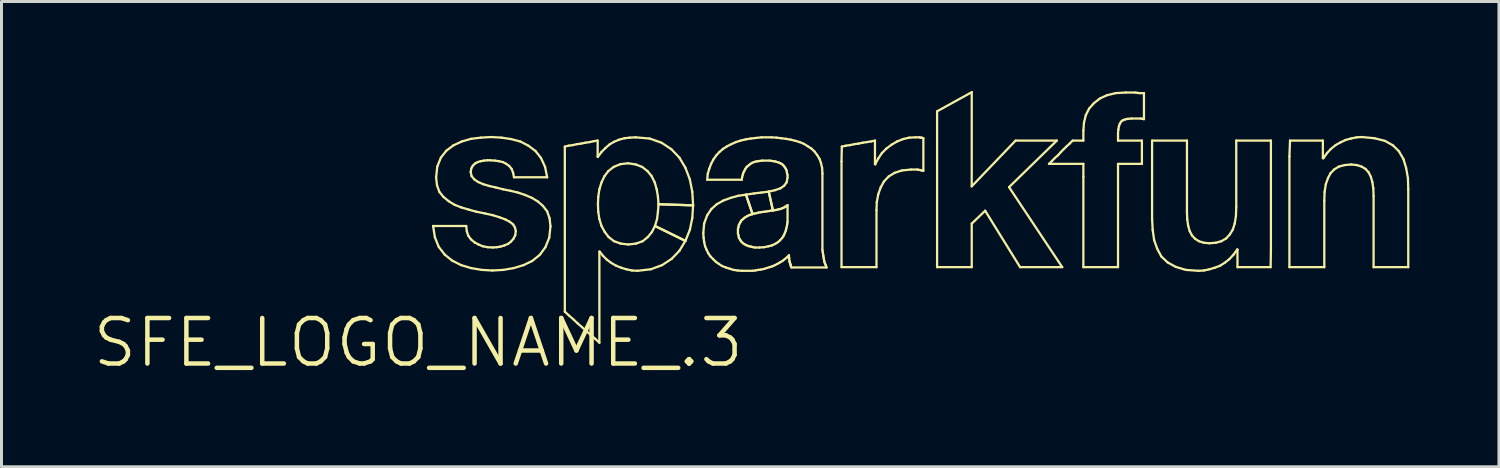
<source format=kicad_pcb>
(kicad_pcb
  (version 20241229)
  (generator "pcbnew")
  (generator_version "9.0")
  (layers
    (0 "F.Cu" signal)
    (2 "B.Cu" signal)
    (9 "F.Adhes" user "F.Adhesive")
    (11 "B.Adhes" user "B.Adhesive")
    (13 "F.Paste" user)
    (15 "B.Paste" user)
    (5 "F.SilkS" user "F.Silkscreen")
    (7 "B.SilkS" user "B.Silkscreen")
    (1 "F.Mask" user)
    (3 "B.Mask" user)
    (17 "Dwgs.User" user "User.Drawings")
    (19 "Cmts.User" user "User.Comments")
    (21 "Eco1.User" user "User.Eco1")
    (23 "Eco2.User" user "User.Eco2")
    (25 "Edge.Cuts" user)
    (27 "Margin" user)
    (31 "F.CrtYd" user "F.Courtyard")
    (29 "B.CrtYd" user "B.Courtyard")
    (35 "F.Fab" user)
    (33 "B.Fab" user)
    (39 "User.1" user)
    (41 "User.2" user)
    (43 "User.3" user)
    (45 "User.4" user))
  (footprint "SFE_LOGO_NAME_.3"
    (layer "F.Cu")
    (at 10.958 8.428)
    (property "Reference" "SFE_LOGO_NAME_.3" (at 0 0 0) (layer "F.SilkS") (effects (font (size 1.524 1.524) (thickness 0.15))))
    (attr exclude_from_pos_files exclude_from_bom)
    (fp_line (start 0.498 -3.909) (end 1.468 -3.909) (stroke (width 0.076) (type solid)) (layer "F.SilkS"))
    (fp_line (start 0.559 -3.528) (end 0.498 -3.909) (stroke (width 0.076) (type solid)) (layer "F.SilkS"))
    (fp_line (start 0.599 -5.53) (end 0.638 -5.898) (stroke (width 0.076) (type solid)) (layer "F.SilkS"))
    (fp_line (start 0.63 -5.268) (end 0.599 -5.53) (stroke (width 0.076) (type solid)) (layer "F.SilkS"))
    (fp_line (start 0.638 -5.898) (end 0.759 -6.198) (stroke (width 0.076) (type solid)) (layer "F.SilkS"))
    (fp_line (start 0.688 -3.208) (end 0.559 -3.528) (stroke (width 0.076) (type solid)) (layer "F.SilkS"))
    (fp_line (start 0.709 -5.05) (end 0.63 -5.268) (stroke (width 0.076) (type solid)) (layer "F.SilkS"))
    (fp_line (start 0.759 -6.198) (end 0.94 -6.429) (stroke (width 0.076) (type solid)) (layer "F.SilkS"))
    (fp_line (start 0.848 -4.879) (end 0.709 -5.05) (stroke (width 0.076) (type solid)) (layer "F.SilkS"))
    (fp_line (start 0.889 -2.949) (end 0.688 -3.208) (stroke (width 0.076) (type solid)) (layer "F.SilkS"))
    (fp_line (start 0.94 -6.429) (end 1.179 -6.609) (stroke (width 0.076) (type solid)) (layer "F.SilkS"))
    (fp_line (start 1.019 -4.74) (end 0.848 -4.879) (stroke (width 0.076) (type solid)) (layer "F.SilkS"))
    (fp_line (start 1.138 -2.748) (end 0.889 -2.949) (stroke (width 0.076) (type solid)) (layer "F.SilkS"))
    (fp_line (start 1.179 -6.609) (end 1.458 -6.739) (stroke (width 0.076) (type solid)) (layer "F.SilkS"))
    (fp_line (start 1.219 -4.618) (end 1.019 -4.74) (stroke (width 0.076) (type solid)) (layer "F.SilkS"))
    (fp_line (start 1.438 -2.598) (end 1.138 -2.748) (stroke (width 0.076) (type solid)) (layer "F.SilkS"))
    (fp_line (start 1.448 -4.529) (end 1.219 -4.618) (stroke (width 0.076) (type solid)) (layer "F.SilkS"))
    (fp_line (start 1.458 -6.739) (end 1.768 -6.828) (stroke (width 0.076) (type solid)) (layer "F.SilkS"))
    (fp_line (start 1.468 -3.909) (end 1.608 -3.909) (stroke (width 0.076) (type solid)) (layer "F.SilkS"))
    (fp_line (start 1.608 -3.909) (end 1.628 -3.729) (stroke (width 0.076) (type solid)) (layer "F.SilkS"))
    (fp_line (start 1.628 -3.729) (end 1.679 -3.579) (stroke (width 0.076) (type solid)) (layer "F.SilkS"))
    (fp_line (start 1.679 -3.579) (end 1.768 -3.459) (stroke (width 0.076) (type solid)) (layer "F.SilkS"))
    (fp_line (start 1.689 -4.458) (end 1.448 -4.529) (stroke (width 0.076) (type solid)) (layer "F.SilkS"))
    (fp_line (start 1.758 -5.718) (end 1.788 -5.578) (stroke (width 0.076) (type solid)) (layer "F.SilkS"))
    (fp_line (start 1.768 -6.828) (end 2.098 -6.868) (stroke (width 0.076) (type solid)) (layer "F.SilkS"))
    (fp_line (start 1.768 -3.459) (end 1.89 -3.358) (stroke (width 0.076) (type solid)) (layer "F.SilkS"))
    (fp_line (start 1.768 -2.499) (end 1.438 -2.598) (stroke (width 0.076) (type solid)) (layer "F.SilkS"))
    (fp_line (start 1.778 -5.839) (end 1.758 -5.718) (stroke (width 0.076) (type solid)) (layer "F.SilkS"))
    (fp_line (start 1.788 -5.578) (end 1.88 -5.469) (stroke (width 0.076) (type solid)) (layer "F.SilkS"))
    (fp_line (start 1.829 -5.928) (end 1.778 -5.839) (stroke (width 0.076) (type solid)) (layer "F.SilkS"))
    (fp_line (start 1.88 -5.469) (end 2.009 -5.38) (stroke (width 0.076) (type solid)) (layer "F.SilkS"))
    (fp_line (start 1.89 -3.358) (end 2.019 -3.289) (stroke (width 0.076) (type solid)) (layer "F.SilkS"))
    (fp_line (start 1.9 -5.999) (end 1.829 -5.928) (stroke (width 0.076) (type solid)) (layer "F.SilkS"))
    (fp_line (start 1.938 -4.389) (end 1.689 -4.458) (stroke (width 0.076) (type solid)) (layer "F.SilkS"))
    (fp_line (start 1.989 -6.048) (end 1.9 -5.999) (stroke (width 0.076) (type solid)) (layer "F.SilkS"))
    (fp_line (start 2.009 -5.38) (end 2.179 -5.309) (stroke (width 0.076) (type solid)) (layer "F.SilkS"))
    (fp_line (start 2.019 -3.289) (end 2.169 -3.228) (stroke (width 0.076) (type solid)) (layer "F.SilkS"))
    (fp_line (start 2.088 -6.078) (end 1.989 -6.048) (stroke (width 0.076) (type solid)) (layer "F.SilkS"))
    (fp_line (start 2.098 -6.868) (end 2.438 -6.888) (stroke (width 0.076) (type solid)) (layer "F.SilkS"))
    (fp_line (start 2.129 -2.438) (end 1.768 -2.499) (stroke (width 0.076) (type solid)) (layer "F.SilkS"))
    (fp_line (start 2.169 -3.228) (end 2.329 -3.198) (stroke (width 0.076) (type solid)) (layer "F.SilkS"))
    (fp_line (start 2.179 -5.309) (end 2.38 -5.248) (stroke (width 0.076) (type solid)) (layer "F.SilkS"))
    (fp_line (start 2.2 -6.099) (end 2.088 -6.078) (stroke (width 0.076) (type solid)) (layer "F.SilkS"))
    (fp_line (start 2.238 -4.328) (end 1.938 -4.389) (stroke (width 0.076) (type solid)) (layer "F.SilkS"))
    (fp_line (start 2.309 -6.109) (end 2.2 -6.099) (stroke (width 0.076) (type solid)) (layer "F.SilkS"))
    (fp_line (start 2.329 -3.198) (end 2.499 -3.188) (stroke (width 0.076) (type solid)) (layer "F.SilkS"))
    (fp_line (start 2.38 -5.248) (end 2.598 -5.199) (stroke (width 0.076) (type solid)) (layer "F.SilkS"))
    (fp_line (start 2.408 -6.109) (end 2.309 -6.109) (stroke (width 0.076) (type solid)) (layer "F.SilkS"))
    (fp_line (start 2.438 -6.888) (end 2.789 -6.868) (stroke (width 0.076) (type solid)) (layer "F.SilkS"))
    (fp_line (start 2.489 -2.418) (end 2.129 -2.438) (stroke (width 0.076) (type solid)) (layer "F.SilkS"))
    (fp_line (start 2.499 -4.27) (end 2.238 -4.328) (stroke (width 0.076) (type solid)) (layer "F.SilkS"))
    (fp_line (start 2.499 -3.188) (end 2.629 -3.198) (stroke (width 0.076) (type solid)) (layer "F.SilkS"))
    (fp_line (start 2.568 -6.099) (end 2.408 -6.109) (stroke (width 0.076) (type solid)) (layer "F.SilkS"))
    (fp_line (start 2.598 -5.199) (end 2.84 -5.138) (stroke (width 0.076) (type solid)) (layer "F.SilkS"))
    (fp_line (start 2.629 -3.198) (end 2.758 -3.218) (stroke (width 0.076) (type solid)) (layer "F.SilkS"))
    (fp_line (start 2.708 -6.078) (end 2.568 -6.099) (stroke (width 0.076) (type solid)) (layer "F.SilkS"))
    (fp_line (start 2.728 -4.199) (end 2.499 -4.27) (stroke (width 0.076) (type solid)) (layer "F.SilkS"))
    (fp_line (start 2.758 -3.218) (end 2.888 -3.259) (stroke (width 0.076) (type solid)) (layer "F.SilkS"))
    (fp_line (start 2.789 -6.868) (end 3.109 -6.82) (stroke (width 0.076) (type solid)) (layer "F.SilkS"))
    (fp_line (start 2.84 -6.048) (end 2.708 -6.078) (stroke (width 0.076) (type solid)) (layer "F.SilkS"))
    (fp_line (start 2.84 -5.138) (end 3.089 -5.088) (stroke (width 0.076) (type solid)) (layer "F.SilkS"))
    (fp_line (start 2.85 -2.438) (end 2.489 -2.418) (stroke (width 0.076) (type solid)) (layer "F.SilkS"))
    (fp_line (start 2.888 -3.259) (end 3.01 -3.31) (stroke (width 0.076) (type solid)) (layer "F.SilkS"))
    (fp_line (start 2.918 -4.128) (end 2.728 -4.199) (stroke (width 0.076) (type solid)) (layer "F.SilkS"))
    (fp_line (start 2.949 -5.989) (end 2.84 -6.048) (stroke (width 0.076) (type solid)) (layer "F.SilkS"))
    (fp_line (start 3.01 -3.31) (end 3.109 -3.388) (stroke (width 0.076) (type solid)) (layer "F.SilkS"))
    (fp_line (start 3.048 -5.918) (end 2.949 -5.989) (stroke (width 0.076) (type solid)) (layer "F.SilkS"))
    (fp_line (start 3.068 -4.049) (end 2.918 -4.128) (stroke (width 0.076) (type solid)) (layer "F.SilkS"))
    (fp_line (start 3.089 -5.088) (end 3.338 -5.029) (stroke (width 0.076) (type solid)) (layer "F.SilkS"))
    (fp_line (start 3.109 -6.82) (end 3.419 -6.739) (stroke (width 0.076) (type solid)) (layer "F.SilkS"))
    (fp_line (start 3.109 -3.388) (end 3.188 -3.48) (stroke (width 0.076) (type solid)) (layer "F.SilkS"))
    (fp_line (start 3.129 -5.819) (end 3.048 -5.918) (stroke (width 0.076) (type solid)) (layer "F.SilkS"))
    (fp_line (start 3.178 -5.69) (end 3.129 -5.819) (stroke (width 0.076) (type solid)) (layer "F.SilkS"))
    (fp_line (start 3.178 -3.96) (end 3.068 -4.049) (stroke (width 0.076) (type solid)) (layer "F.SilkS"))
    (fp_line (start 3.188 -3.48) (end 3.249 -3.599) (stroke (width 0.076) (type solid)) (layer "F.SilkS"))
    (fp_line (start 3.198 -2.499) (end 2.85 -2.438) (stroke (width 0.076) (type solid)) (layer "F.SilkS"))
    (fp_line (start 3.208 -5.54) (end 3.178 -5.69) (stroke (width 0.076) (type solid)) (layer "F.SilkS"))
    (fp_line (start 3.239 -3.858) (end 3.178 -3.96) (stroke (width 0.076) (type solid)) (layer "F.SilkS"))
    (fp_line (start 3.249 -3.599) (end 3.269 -3.739) (stroke (width 0.076) (type solid)) (layer "F.SilkS"))
    (fp_line (start 3.269 -3.739) (end 3.239 -3.858) (stroke (width 0.076) (type solid)) (layer "F.SilkS"))
    (fp_line (start 3.338 -5.029) (end 3.579 -4.948) (stroke (width 0.076) (type solid)) (layer "F.SilkS"))
    (fp_line (start 3.419 -6.739) (end 3.688 -6.599) (stroke (width 0.076) (type solid)) (layer "F.SilkS"))
    (fp_line (start 3.528 -2.598) (end 3.198 -2.499) (stroke (width 0.076) (type solid)) (layer "F.SilkS"))
    (fp_line (start 3.579 -4.948) (end 3.81 -4.849) (stroke (width 0.076) (type solid)) (layer "F.SilkS"))
    (fp_line (start 3.688 -6.599) (end 3.929 -6.419) (stroke (width 0.076) (type solid)) (layer "F.SilkS"))
    (fp_line (start 3.81 -4.849) (end 4.008 -4.729) (stroke (width 0.076) (type solid)) (layer "F.SilkS"))
    (fp_line (start 3.818 -2.738) (end 3.528 -2.598) (stroke (width 0.076) (type solid)) (layer "F.SilkS"))
    (fp_line (start 3.929 -6.419) (end 4.11 -6.19) (stroke (width 0.076) (type solid)) (layer "F.SilkS"))
    (fp_line (start 4.008 -4.729) (end 4.178 -4.58) (stroke (width 0.076) (type solid)) (layer "F.SilkS"))
    (fp_line (start 4.069 -2.939) (end 3.818 -2.738) (stroke (width 0.076) (type solid)) (layer "F.SilkS"))
    (fp_line (start 4.11 -6.19) (end 4.249 -5.888) (stroke (width 0.076) (type solid)) (layer "F.SilkS"))
    (fp_line (start 4.178 -4.58) (end 4.318 -4.399) (stroke (width 0.076) (type solid)) (layer "F.SilkS"))
    (fp_line (start 4.249 -5.888) (end 4.318 -5.54) (stroke (width 0.076) (type solid)) (layer "F.SilkS"))
    (fp_line (start 4.26 -3.198) (end 4.069 -2.939) (stroke (width 0.076) (type solid)) (layer "F.SilkS"))
    (fp_line (start 4.318 -5.54) (end 3.208 -5.54) (stroke (width 0.076) (type solid)) (layer "F.SilkS"))
    (fp_line (start 4.318 -4.399) (end 4.399 -4.168) (stroke (width 0.076) (type solid)) (layer "F.SilkS"))
    (fp_line (start 4.389 -3.518) (end 4.26 -3.198) (stroke (width 0.076) (type solid)) (layer "F.SilkS"))
    (fp_line (start 4.399 -4.168) (end 4.43 -3.899) (stroke (width 0.076) (type solid)) (layer "F.SilkS"))
    (fp_line (start 4.43 -3.899) (end 4.389 -3.518) (stroke (width 0.076) (type solid)) (layer "F.SilkS"))
    (fp_line (start 4.91 -6.568) (end 5.039 -6.599) (stroke (width 0.076) (type solid)) (layer "F.SilkS"))
    (fp_line (start 4.91 -1.039) (end 4.91 -6.568) (stroke (width 0.076) (type solid)) (layer "F.SilkS"))
    (fp_line (start 5.039 -6.599) (end 5.179 -6.619) (stroke (width 0.076) (type solid)) (layer "F.SilkS"))
    (fp_line (start 5.05 -0.909) (end 4.91 -1.039) (stroke (width 0.076) (type solid)) (layer "F.SilkS"))
    (fp_line (start 5.179 -6.619) (end 5.319 -6.65) (stroke (width 0.076) (type solid)) (layer "F.SilkS"))
    (fp_line (start 5.199 -0.78) (end 5.05 -0.909) (stroke (width 0.076) (type solid)) (layer "F.SilkS"))
    (fp_line (start 5.319 -6.65) (end 5.458 -6.668) (stroke (width 0.076) (type solid)) (layer "F.SilkS"))
    (fp_line (start 5.339 -0.648) (end 5.199 -0.78) (stroke (width 0.076) (type solid)) (layer "F.SilkS"))
    (fp_line (start 5.458 -6.668) (end 5.598 -6.698) (stroke (width 0.076) (type solid)) (layer "F.SilkS"))
    (fp_line (start 5.489 -0.518) (end 5.339 -0.648) (stroke (width 0.076) (type solid)) (layer "F.SilkS"))
    (fp_line (start 5.598 -6.698) (end 5.738 -6.718) (stroke (width 0.076) (type solid)) (layer "F.SilkS"))
    (fp_line (start 5.629 -0.389) (end 5.489 -0.518) (stroke (width 0.076) (type solid)) (layer "F.SilkS"))
    (fp_line (start 5.738 -6.718) (end 5.878 -6.749) (stroke (width 0.076) (type solid)) (layer "F.SilkS"))
    (fp_line (start 5.779 -0.259) (end 5.629 -0.389) (stroke (width 0.076) (type solid)) (layer "F.SilkS"))
    (fp_line (start 5.878 -6.749) (end 6.01 -6.769) (stroke (width 0.076) (type solid)) (layer "F.SilkS"))
    (fp_line (start 5.928 -0.13) (end 5.779 -0.259) (stroke (width 0.076) (type solid)) (layer "F.SilkS"))
    (fp_line (start 6.01 -6.769) (end 6.01 -6.228) (stroke (width 0.076) (type solid)) (layer "F.SilkS"))
    (fp_line (start 6.01 -6.228) (end 6.02 -6.228) (stroke (width 0.076) (type solid)) (layer "F.SilkS"))
    (fp_line (start 6.02 -6.228) (end 6.139 -6.388) (stroke (width 0.076) (type solid)) (layer "F.SilkS"))
    (fp_line (start 6.02 -4.638) (end 6.03 -4.379) (stroke (width 0.076) (type solid)) (layer "F.SilkS"))
    (fp_line (start 6.03 -4.889) (end 6.02 -4.638) (stroke (width 0.076) (type solid)) (layer "F.SilkS"))
    (fp_line (start 6.03 -4.379) (end 6.068 -4.138) (stroke (width 0.076) (type solid)) (layer "F.SilkS"))
    (fp_line (start 6.068 -5.138) (end 6.03 -4.889) (stroke (width 0.076) (type solid)) (layer "F.SilkS"))
    (fp_line (start 6.068 -4.138) (end 6.139 -3.909) (stroke (width 0.076) (type solid)) (layer "F.SilkS"))
    (fp_line (start 6.068 -3.048) (end 6.068 0) (stroke (width 0.076) (type solid)) (layer "F.SilkS"))
    (fp_line (start 6.068 0) (end 5.928 -0.13) (stroke (width 0.076) (type solid)) (layer "F.SilkS"))
    (fp_line (start 6.078 -3.048) (end 6.068 -3.048) (stroke (width 0.076) (type solid)) (layer "F.SilkS"))
    (fp_line (start 6.139 -6.388) (end 6.269 -6.518) (stroke (width 0.076) (type solid)) (layer "F.SilkS"))
    (fp_line (start 6.139 -5.37) (end 6.068 -5.138) (stroke (width 0.076) (type solid)) (layer "F.SilkS"))
    (fp_line (start 6.139 -3.909) (end 6.248 -3.708) (stroke (width 0.076) (type solid)) (layer "F.SilkS"))
    (fp_line (start 6.19 -2.908) (end 6.078 -3.048) (stroke (width 0.076) (type solid)) (layer "F.SilkS"))
    (fp_line (start 6.238 -5.578) (end 6.139 -5.37) (stroke (width 0.076) (type solid)) (layer "F.SilkS"))
    (fp_line (start 6.248 -3.708) (end 6.378 -3.538) (stroke (width 0.076) (type solid)) (layer "F.SilkS"))
    (fp_line (start 6.269 -6.518) (end 6.408 -6.64) (stroke (width 0.076) (type solid)) (layer "F.SilkS"))
    (fp_line (start 6.32 -2.779) (end 6.19 -2.908) (stroke (width 0.076) (type solid)) (layer "F.SilkS"))
    (fp_line (start 6.368 -5.748) (end 6.238 -5.578) (stroke (width 0.076) (type solid)) (layer "F.SilkS"))
    (fp_line (start 6.378 -3.538) (end 6.558 -3.399) (stroke (width 0.076) (type solid)) (layer "F.SilkS"))
    (fp_line (start 6.408 -6.64) (end 6.558 -6.728) (stroke (width 0.076) (type solid)) (layer "F.SilkS"))
    (fp_line (start 6.469 -2.67) (end 6.32 -2.779) (stroke (width 0.076) (type solid)) (layer "F.SilkS"))
    (fp_line (start 6.548 -5.888) (end 6.368 -5.748) (stroke (width 0.076) (type solid)) (layer "F.SilkS"))
    (fp_line (start 6.558 -6.728) (end 6.728 -6.8) (stroke (width 0.076) (type solid)) (layer "F.SilkS"))
    (fp_line (start 6.558 -3.399) (end 6.779 -3.32) (stroke (width 0.076) (type solid)) (layer "F.SilkS"))
    (fp_line (start 6.629 -2.578) (end 6.469 -2.67) (stroke (width 0.076) (type solid)) (layer "F.SilkS"))
    (fp_line (start 6.728 -6.8) (end 6.909 -6.848) (stroke (width 0.076) (type solid)) (layer "F.SilkS"))
    (fp_line (start 6.769 -5.979) (end 6.548 -5.888) (stroke (width 0.076) (type solid)) (layer "F.SilkS"))
    (fp_line (start 6.779 -3.32) (end 7.038 -3.289) (stroke (width 0.076) (type solid)) (layer "F.SilkS"))
    (fp_line (start 6.8 -2.51) (end 6.629 -2.578) (stroke (width 0.076) (type solid)) (layer "F.SilkS"))
    (fp_line (start 6.909 -6.848) (end 7.089 -6.868) (stroke (width 0.076) (type solid)) (layer "F.SilkS"))
    (fp_line (start 6.97 -2.459) (end 6.8 -2.51) (stroke (width 0.076) (type solid)) (layer "F.SilkS"))
    (fp_line (start 7.028 -6.01) (end 6.769 -5.979) (stroke (width 0.076) (type solid)) (layer "F.SilkS"))
    (fp_line (start 7.038 -3.289) (end 7.3 -3.32) (stroke (width 0.076) (type solid)) (layer "F.SilkS"))
    (fp_line (start 7.089 -6.868) (end 7.28 -6.878) (stroke (width 0.076) (type solid)) (layer "F.SilkS"))
    (fp_line (start 7.158 -2.418) (end 6.97 -2.459) (stroke (width 0.076) (type solid)) (layer "F.SilkS"))
    (fp_line (start 7.28 -6.878) (end 7.75 -6.838) (stroke (width 0.076) (type solid)) (layer "F.SilkS"))
    (fp_line (start 7.29 -5.969) (end 7.028 -6.01) (stroke (width 0.076) (type solid)) (layer "F.SilkS"))
    (fp_line (start 7.3 -3.32) (end 7.518 -3.399) (stroke (width 0.076) (type solid)) (layer "F.SilkS"))
    (fp_line (start 7.348 -2.408) (end 7.158 -2.418) (stroke (width 0.076) (type solid)) (layer "F.SilkS"))
    (fp_line (start 7.498 -5.888) (end 7.29 -5.969) (stroke (width 0.076) (type solid)) (layer "F.SilkS"))
    (fp_line (start 7.518 -3.399) (end 7.689 -3.538) (stroke (width 0.076) (type solid)) (layer "F.SilkS"))
    (fp_line (start 7.678 -5.748) (end 7.498 -5.888) (stroke (width 0.076) (type solid)) (layer "F.SilkS"))
    (fp_line (start 7.689 -3.538) (end 7.828 -3.708) (stroke (width 0.076) (type solid)) (layer "F.SilkS"))
    (fp_line (start 7.75 -6.838) (end 8.148 -6.698) (stroke (width 0.076) (type solid)) (layer "F.SilkS"))
    (fp_line (start 7.788 -2.459) (end 7.348 -2.408) (stroke (width 0.076) (type solid)) (layer "F.SilkS"))
    (fp_line (start 7.818 -5.578) (end 7.678 -5.748) (stroke (width 0.076) (type solid)) (layer "F.SilkS"))
    (fp_line (start 7.828 -3.708) (end 7.93 -3.909) (stroke (width 0.076) (type solid)) (layer "F.SilkS"))
    (fp_line (start 7.92 -5.37) (end 7.818 -5.578) (stroke (width 0.076) (type solid)) (layer "F.SilkS"))
    (fp_line (start 7.93 -3.909) (end 7.998 -4.138) (stroke (width 0.076) (type solid)) (layer "F.SilkS"))
    (fp_line (start 7.93 -3.909) (end 8.948 -3.409) (stroke (width 0.076) (type solid)) (layer "F.SilkS"))
    (fp_line (start 7.988 -5.138) (end 7.92 -5.37) (stroke (width 0.076) (type solid)) (layer "F.SilkS"))
    (fp_line (start 7.998 -4.138) (end 8.029 -4.379) (stroke (width 0.076) (type solid)) (layer "F.SilkS"))
    (fp_line (start 8.029 -4.889) (end 7.988 -5.138) (stroke (width 0.076) (type solid)) (layer "F.SilkS"))
    (fp_line (start 8.029 -4.379) (end 8.049 -4.638) (stroke (width 0.076) (type solid)) (layer "F.SilkS"))
    (fp_line (start 8.049 -4.638) (end 8.029 -4.889) (stroke (width 0.076) (type solid)) (layer "F.SilkS"))
    (fp_line (start 8.049 -4.638) (end 9.207 -4.6) (stroke (width 0.076) (type solid)) (layer "F.SilkS"))
    (fp_line (start 8.148 -6.698) (end 8.479 -6.48) (stroke (width 0.076) (type solid)) (layer "F.SilkS"))
    (fp_line (start 8.169 -2.598) (end 7.788 -2.459) (stroke (width 0.076) (type solid)) (layer "F.SilkS"))
    (fp_line (start 8.479 -6.48) (end 8.748 -6.198) (stroke (width 0.076) (type solid)) (layer "F.SilkS"))
    (fp_line (start 8.489 -2.809) (end 8.169 -2.598) (stroke (width 0.076) (type solid)) (layer "F.SilkS"))
    (fp_line (start 8.748 -6.198) (end 8.948 -5.86) (stroke (width 0.076) (type solid)) (layer "F.SilkS"))
    (fp_line (start 8.748 -3.078) (end 8.489 -2.809) (stroke (width 0.076) (type solid)) (layer "F.SilkS"))
    (fp_line (start 8.948 -5.86) (end 9.098 -5.469) (stroke (width 0.076) (type solid)) (layer "F.SilkS"))
    (fp_line (start 8.948 -3.409) (end 7.93 -3.909) (stroke (width 0.076) (type solid)) (layer "F.SilkS"))
    (fp_line (start 8.948 -3.409) (end 8.748 -3.078) (stroke (width 0.076) (type solid)) (layer "F.SilkS"))
    (fp_line (start 9.098 -5.469) (end 9.18 -5.05) (stroke (width 0.076) (type solid)) (layer "F.SilkS"))
    (fp_line (start 9.098 -3.78) (end 8.948 -3.409) (stroke (width 0.076) (type solid)) (layer "F.SilkS"))
    (fp_line (start 9.18 -5.05) (end 9.207 -4.6) (stroke (width 0.076) (type solid)) (layer "F.SilkS"))
    (fp_line (start 9.18 -4.178) (end 9.098 -3.78) (stroke (width 0.076) (type solid)) (layer "F.SilkS"))
    (fp_line (start 9.207 -4.6) (end 8.049 -4.638) (stroke (width 0.076) (type solid)) (layer "F.SilkS"))
    (fp_line (start 9.207 -4.6) (end 9.18 -4.178) (stroke (width 0.076) (type solid)) (layer "F.SilkS"))
    (fp_line (start 9.548 -3.668) (end 9.578 -3.998) (stroke (width 0.076) (type solid)) (layer "F.SilkS"))
    (fp_line (start 9.558 -3.518) (end 9.548 -3.668) (stroke (width 0.076) (type solid)) (layer "F.SilkS"))
    (fp_line (start 9.578 -3.998) (end 9.68 -4.27) (stroke (width 0.076) (type solid)) (layer "F.SilkS"))
    (fp_line (start 9.578 -3.368) (end 9.558 -3.518) (stroke (width 0.076) (type solid)) (layer "F.SilkS"))
    (fp_line (start 9.609 -3.228) (end 9.578 -3.368) (stroke (width 0.076) (type solid)) (layer "F.SilkS"))
    (fp_line (start 9.66 -3.109) (end 9.609 -3.228) (stroke (width 0.076) (type solid)) (layer "F.SilkS"))
    (fp_line (start 9.68 -5.458) (end 9.698 -5.659) (stroke (width 0.076) (type solid)) (layer "F.SilkS"))
    (fp_line (start 9.68 -4.27) (end 9.82 -4.478) (stroke (width 0.076) (type solid)) (layer "F.SilkS"))
    (fp_line (start 9.698 -5.659) (end 9.749 -5.829) (stroke (width 0.076) (type solid)) (layer "F.SilkS"))
    (fp_line (start 9.718 -2.99) (end 9.66 -3.109) (stroke (width 0.076) (type solid)) (layer "F.SilkS"))
    (fp_line (start 9.749 -5.829) (end 9.809 -5.989) (stroke (width 0.076) (type solid)) (layer "F.SilkS"))
    (fp_line (start 9.789 -2.888) (end 9.718 -2.99) (stroke (width 0.076) (type solid)) (layer "F.SilkS"))
    (fp_line (start 9.809 -5.989) (end 9.888 -6.139) (stroke (width 0.076) (type solid)) (layer "F.SilkS"))
    (fp_line (start 9.82 -4.478) (end 10 -4.638) (stroke (width 0.076) (type solid)) (layer "F.SilkS"))
    (fp_line (start 9.878 -2.799) (end 9.789 -2.888) (stroke (width 0.076) (type solid)) (layer "F.SilkS"))
    (fp_line (start 9.888 -6.139) (end 9.98 -6.269) (stroke (width 0.076) (type solid)) (layer "F.SilkS"))
    (fp_line (start 9.97 -2.708) (end 9.878 -2.799) (stroke (width 0.076) (type solid)) (layer "F.SilkS"))
    (fp_line (start 9.98 -6.269) (end 10.089 -6.388) (stroke (width 0.076) (type solid)) (layer "F.SilkS"))
    (fp_line (start 10 -4.638) (end 10.218 -4.76) (stroke (width 0.076) (type solid)) (layer "F.SilkS"))
    (fp_line (start 10.069 -2.639) (end 9.97 -2.708) (stroke (width 0.076) (type solid)) (layer "F.SilkS"))
    (fp_line (start 10.089 -6.388) (end 10.208 -6.49) (stroke (width 0.076) (type solid)) (layer "F.SilkS"))
    (fp_line (start 10.178 -2.568) (end 10.069 -2.639) (stroke (width 0.076) (type solid)) (layer "F.SilkS"))
    (fp_line (start 10.208 -6.49) (end 10.348 -6.579) (stroke (width 0.076) (type solid)) (layer "F.SilkS"))
    (fp_line (start 10.218 -4.76) (end 10.46 -4.849) (stroke (width 0.076) (type solid)) (layer "F.SilkS"))
    (fp_line (start 10.3 -2.52) (end 10.178 -2.568) (stroke (width 0.076) (type solid)) (layer "F.SilkS"))
    (fp_line (start 10.348 -6.579) (end 10.488 -6.65) (stroke (width 0.076) (type solid)) (layer "F.SilkS"))
    (fp_line (start 10.429 -2.479) (end 10.3 -2.52) (stroke (width 0.076) (type solid)) (layer "F.SilkS"))
    (fp_line (start 10.46 -4.849) (end 10.719 -4.92) (stroke (width 0.076) (type solid)) (layer "F.SilkS"))
    (fp_line (start 10.488 -6.65) (end 10.638 -6.718) (stroke (width 0.076) (type solid)) (layer "F.SilkS"))
    (fp_line (start 10.559 -2.438) (end 10.429 -2.479) (stroke (width 0.076) (type solid)) (layer "F.SilkS"))
    (fp_line (start 10.638 -6.718) (end 10.798 -6.769) (stroke (width 0.076) (type solid)) (layer "F.SilkS"))
    (fp_line (start 10.698 -2.418) (end 10.559 -2.438) (stroke (width 0.076) (type solid)) (layer "F.SilkS"))
    (fp_line (start 10.709 -3.81) (end 10.709 -3.658) (stroke (width 0.076) (type solid)) (layer "F.SilkS"))
    (fp_line (start 10.709 -3.658) (end 10.729 -3.589) (stroke (width 0.076) (type solid)) (layer "F.SilkS"))
    (fp_line (start 10.719 -4.92) (end 10.978 -4.958) (stroke (width 0.076) (type solid)) (layer "F.SilkS"))
    (fp_line (start 10.729 -3.879) (end 10.709 -3.81) (stroke (width 0.076) (type solid)) (layer "F.SilkS"))
    (fp_line (start 10.729 -3.589) (end 10.739 -3.518) (stroke (width 0.076) (type solid)) (layer "F.SilkS"))
    (fp_line (start 10.739 -3.94) (end 10.729 -3.879) (stroke (width 0.076) (type solid)) (layer "F.SilkS"))
    (fp_line (start 10.739 -3.518) (end 10.77 -3.47) (stroke (width 0.076) (type solid)) (layer "F.SilkS"))
    (fp_line (start 10.77 -3.998) (end 10.739 -3.94) (stroke (width 0.076) (type solid)) (layer "F.SilkS"))
    (fp_line (start 10.77 -3.47) (end 10.798 -3.419) (stroke (width 0.076) (type solid)) (layer "F.SilkS"))
    (fp_line (start 10.798 -6.769) (end 10.968 -6.81) (stroke (width 0.076) (type solid)) (layer "F.SilkS"))
    (fp_line (start 10.798 -4.049) (end 10.77 -3.998) (stroke (width 0.076) (type solid)) (layer "F.SilkS"))
    (fp_line (start 10.798 -3.419) (end 10.838 -3.368) (stroke (width 0.076) (type solid)) (layer "F.SilkS"))
    (fp_line (start 10.828 -4.1) (end 10.798 -4.049) (stroke (width 0.076) (type solid)) (layer "F.SilkS"))
    (fp_line (start 10.838 -5.458) (end 9.68 -5.458) (stroke (width 0.076) (type solid)) (layer "F.SilkS"))
    (fp_line (start 10.838 -3.368) (end 10.879 -3.33) (stroke (width 0.076) (type solid)) (layer "F.SilkS"))
    (fp_line (start 10.838 -2.408) (end 10.698 -2.418) (stroke (width 0.076) (type solid)) (layer "F.SilkS"))
    (fp_line (start 10.848 -5.54) (end 10.838 -5.458) (stroke (width 0.076) (type solid)) (layer "F.SilkS"))
    (fp_line (start 10.869 -5.618) (end 10.848 -5.54) (stroke (width 0.076) (type solid)) (layer "F.SilkS"))
    (fp_line (start 10.879 -4.138) (end 10.828 -4.1) (stroke (width 0.076) (type solid)) (layer "F.SilkS"))
    (fp_line (start 10.879 -3.33) (end 10.93 -3.299) (stroke (width 0.076) (type solid)) (layer "F.SilkS"))
    (fp_line (start 10.889 -5.69) (end 10.869 -5.618) (stroke (width 0.076) (type solid)) (layer "F.SilkS"))
    (fp_line (start 10.919 -5.748) (end 10.889 -5.69) (stroke (width 0.076) (type solid)) (layer "F.SilkS"))
    (fp_line (start 10.919 -4.178) (end 10.879 -4.138) (stroke (width 0.076) (type solid)) (layer "F.SilkS"))
    (fp_line (start 10.93 -3.299) (end 10.978 -3.269) (stroke (width 0.076) (type solid)) (layer "F.SilkS"))
    (fp_line (start 10.95 -5.809) (end 10.919 -5.748) (stroke (width 0.076) (type solid)) (layer "F.SilkS"))
    (fp_line (start 10.968 -6.81) (end 11.138 -6.838) (stroke (width 0.076) (type solid)) (layer "F.SilkS"))
    (fp_line (start 10.968 -4.209) (end 10.919 -4.178) (stroke (width 0.076) (type solid)) (layer "F.SilkS"))
    (fp_line (start 10.978 -4.958) (end 11.199 -4.308) (stroke (width 0.076) (type solid)) (layer "F.SilkS"))
    (fp_line (start 10.978 -4.958) (end 11.25 -4.999) (stroke (width 0.076) (type solid)) (layer "F.SilkS"))
    (fp_line (start 10.978 -3.269) (end 11.029 -3.249) (stroke (width 0.076) (type solid)) (layer "F.SilkS"))
    (fp_line (start 10.988 -5.87) (end 10.95 -5.809) (stroke (width 0.076) (type solid)) (layer "F.SilkS"))
    (fp_line (start 11.019 -4.239) (end 10.968 -4.209) (stroke (width 0.076) (type solid)) (layer "F.SilkS"))
    (fp_line (start 11.029 -5.908) (end 10.988 -5.87) (stroke (width 0.076) (type solid)) (layer "F.SilkS"))
    (fp_line (start 11.029 -3.249) (end 11.09 -3.228) (stroke (width 0.076) (type solid)) (layer "F.SilkS"))
    (fp_line (start 11.079 -5.949) (end 11.029 -5.908) (stroke (width 0.076) (type solid)) (layer "F.SilkS"))
    (fp_line (start 11.079 -4.27) (end 11.019 -4.239) (stroke (width 0.076) (type solid)) (layer "F.SilkS"))
    (fp_line (start 11.09 -3.228) (end 11.148 -3.218) (stroke (width 0.076) (type solid)) (layer "F.SilkS"))
    (fp_line (start 11.128 -5.989) (end 11.079 -5.949) (stroke (width 0.076) (type solid)) (layer "F.SilkS"))
    (fp_line (start 11.138 -6.838) (end 11.318 -6.858) (stroke (width 0.076) (type solid)) (layer "F.SilkS"))
    (fp_line (start 11.138 -4.288) (end 11.079 -4.27) (stroke (width 0.076) (type solid)) (layer "F.SilkS"))
    (fp_line (start 11.148 -3.218) (end 11.219 -3.198) (stroke (width 0.076) (type solid)) (layer "F.SilkS"))
    (fp_line (start 11.179 -6.02) (end 11.128 -5.989) (stroke (width 0.076) (type solid)) (layer "F.SilkS"))
    (fp_line (start 11.189 -2.408) (end 10.838 -2.408) (stroke (width 0.076) (type solid)) (layer "F.SilkS"))
    (fp_line (start 11.199 -4.308) (end 10.978 -4.958) (stroke (width 0.076) (type solid)) (layer "F.SilkS"))
    (fp_line (start 11.199 -4.308) (end 11.138 -4.288) (stroke (width 0.076) (type solid)) (layer "F.SilkS"))
    (fp_line (start 11.219 -3.198) (end 11.288 -3.188) (stroke (width 0.076) (type solid)) (layer "F.SilkS"))
    (fp_line (start 11.239 -6.048) (end 11.179 -6.02) (stroke (width 0.076) (type solid)) (layer "F.SilkS"))
    (fp_line (start 11.25 -4.999) (end 11.499 -5.029) (stroke (width 0.076) (type solid)) (layer "F.SilkS"))
    (fp_line (start 11.27 -4.328) (end 11.199 -4.308) (stroke (width 0.076) (type solid)) (layer "F.SilkS"))
    (fp_line (start 11.288 -3.188) (end 11.43 -3.188) (stroke (width 0.076) (type solid)) (layer "F.SilkS"))
    (fp_line (start 11.288 -2.418) (end 11.189 -2.408) (stroke (width 0.076) (type solid)) (layer "F.SilkS"))
    (fp_line (start 11.308 -6.068) (end 11.239 -6.048) (stroke (width 0.076) (type solid)) (layer "F.SilkS"))
    (fp_line (start 11.318 -6.858) (end 11.499 -6.878) (stroke (width 0.076) (type solid)) (layer "F.SilkS"))
    (fp_line (start 11.328 -4.338) (end 11.27 -4.328) (stroke (width 0.076) (type solid)) (layer "F.SilkS"))
    (fp_line (start 11.379 -6.078) (end 11.308 -6.068) (stroke (width 0.076) (type solid)) (layer "F.SilkS"))
    (fp_line (start 11.389 -2.438) (end 11.288 -2.418) (stroke (width 0.076) (type solid)) (layer "F.SilkS"))
    (fp_line (start 11.4 -4.359) (end 11.328 -4.338) (stroke (width 0.076) (type solid)) (layer "F.SilkS"))
    (fp_line (start 11.43 -3.188) (end 11.587 -3.198) (stroke (width 0.076) (type solid)) (layer "F.SilkS"))
    (fp_line (start 11.448 -6.088) (end 11.379 -6.078) (stroke (width 0.076) (type solid)) (layer "F.SilkS"))
    (fp_line (start 11.468 -4.369) (end 11.4 -4.359) (stroke (width 0.076) (type solid)) (layer "F.SilkS"))
    (fp_line (start 11.478 -2.449) (end 11.389 -2.438) (stroke (width 0.076) (type solid)) (layer "F.SilkS"))
    (fp_line (start 11.499 -6.878) (end 11.829 -6.878) (stroke (width 0.076) (type solid)) (layer "F.SilkS"))
    (fp_line (start 11.499 -5.029) (end 11.74 -5.06) (stroke (width 0.076) (type solid)) (layer "F.SilkS"))
    (fp_line (start 11.529 -6.099) (end 11.448 -6.088) (stroke (width 0.076) (type solid)) (layer "F.SilkS"))
    (fp_line (start 11.539 -4.379) (end 11.468 -4.369) (stroke (width 0.076) (type solid)) (layer "F.SilkS"))
    (fp_line (start 11.58 -2.469) (end 11.478 -2.449) (stroke (width 0.076) (type solid)) (layer "F.SilkS"))
    (fp_line (start 11.587 -3.198) (end 11.73 -3.228) (stroke (width 0.076) (type solid)) (layer "F.SilkS"))
    (fp_line (start 11.608 -4.389) (end 11.539 -4.379) (stroke (width 0.076) (type solid)) (layer "F.SilkS"))
    (fp_line (start 11.669 -2.499) (end 11.58 -2.469) (stroke (width 0.076) (type solid)) (layer "F.SilkS"))
    (fp_line (start 11.679 -4.399) (end 11.608 -4.389) (stroke (width 0.076) (type solid)) (layer "F.SilkS"))
    (fp_line (start 11.73 -3.228) (end 11.849 -3.259) (stroke (width 0.076) (type solid)) (layer "F.SilkS"))
    (fp_line (start 11.74 -5.06) (end 11.88 -4.43) (stroke (width 0.076) (type solid)) (layer "F.SilkS"))
    (fp_line (start 11.74 -5.06) (end 11.948 -5.108) (stroke (width 0.076) (type solid)) (layer "F.SilkS"))
    (fp_line (start 11.748 -4.409) (end 11.679 -4.399) (stroke (width 0.076) (type solid)) (layer "F.SilkS"))
    (fp_line (start 11.768 -6.099) (end 11.529 -6.099) (stroke (width 0.076) (type solid)) (layer "F.SilkS"))
    (fp_line (start 11.768 -2.53) (end 11.669 -2.499) (stroke (width 0.076) (type solid)) (layer "F.SilkS"))
    (fp_line (start 11.808 -4.42) (end 11.748 -4.409) (stroke (width 0.076) (type solid)) (layer "F.SilkS"))
    (fp_line (start 11.829 -6.878) (end 11.999 -6.868) (stroke (width 0.076) (type solid)) (layer "F.SilkS"))
    (fp_line (start 11.839 -6.088) (end 11.768 -6.099) (stroke (width 0.076) (type solid)) (layer "F.SilkS"))
    (fp_line (start 11.849 -3.259) (end 11.958 -3.31) (stroke (width 0.076) (type solid)) (layer "F.SilkS"))
    (fp_line (start 11.859 -2.558) (end 11.768 -2.53) (stroke (width 0.076) (type solid)) (layer "F.SilkS"))
    (fp_line (start 11.88 -4.43) (end 11.74 -5.06) (stroke (width 0.076) (type solid)) (layer "F.SilkS"))
    (fp_line (start 11.88 -4.43) (end 11.808 -4.42) (stroke (width 0.076) (type solid)) (layer "F.SilkS"))
    (fp_line (start 11.908 -6.078) (end 11.839 -6.088) (stroke (width 0.076) (type solid)) (layer "F.SilkS"))
    (fp_line (start 11.948 -5.108) (end 12.129 -5.169) (stroke (width 0.076) (type solid)) (layer "F.SilkS"))
    (fp_line (start 11.948 -4.44) (end 11.88 -4.43) (stroke (width 0.076) (type solid)) (layer "F.SilkS"))
    (fp_line (start 11.948 -2.598) (end 11.859 -2.558) (stroke (width 0.076) (type solid)) (layer "F.SilkS"))
    (fp_line (start 11.958 -3.31) (end 12.05 -3.368) (stroke (width 0.076) (type solid)) (layer "F.SilkS"))
    (fp_line (start 11.968 -6.068) (end 11.908 -6.078) (stroke (width 0.076) (type solid)) (layer "F.SilkS"))
    (fp_line (start 11.999 -6.868) (end 12.159 -6.848) (stroke (width 0.076) (type solid)) (layer "F.SilkS"))
    (fp_line (start 12.009 -4.448) (end 11.948 -4.44) (stroke (width 0.076) (type solid)) (layer "F.SilkS"))
    (fp_line (start 12.029 -6.048) (end 11.968 -6.068) (stroke (width 0.076) (type solid)) (layer "F.SilkS"))
    (fp_line (start 12.029 -2.639) (end 11.948 -2.598) (stroke (width 0.076) (type solid)) (layer "F.SilkS"))
    (fp_line (start 12.05 -3.368) (end 12.118 -3.429) (stroke (width 0.076) (type solid)) (layer "F.SilkS"))
    (fp_line (start 12.068 -4.468) (end 12.009 -4.448) (stroke (width 0.076) (type solid)) (layer "F.SilkS"))
    (fp_line (start 12.088 -6.03) (end 12.029 -6.048) (stroke (width 0.076) (type solid)) (layer "F.SilkS"))
    (fp_line (start 12.118 -3.429) (end 12.189 -3.508) (stroke (width 0.076) (type solid)) (layer "F.SilkS"))
    (fp_line (start 12.118 -2.69) (end 12.029 -2.639) (stroke (width 0.076) (type solid)) (layer "F.SilkS"))
    (fp_line (start 12.129 -5.169) (end 12.258 -5.258) (stroke (width 0.076) (type solid)) (layer "F.SilkS"))
    (fp_line (start 12.129 -4.478) (end 12.068 -4.468) (stroke (width 0.076) (type solid)) (layer "F.SilkS"))
    (fp_line (start 12.149 -5.999) (end 12.088 -6.03) (stroke (width 0.076) (type solid)) (layer "F.SilkS"))
    (fp_line (start 12.159 -6.848) (end 12.319 -6.828) (stroke (width 0.076) (type solid)) (layer "F.SilkS"))
    (fp_line (start 12.179 -4.498) (end 12.129 -4.478) (stroke (width 0.076) (type solid)) (layer "F.SilkS"))
    (fp_line (start 12.189 -3.508) (end 12.238 -3.579) (stroke (width 0.076) (type solid)) (layer "F.SilkS"))
    (fp_line (start 12.2 -5.969) (end 12.149 -5.999) (stroke (width 0.076) (type solid)) (layer "F.SilkS"))
    (fp_line (start 12.2 -2.738) (end 12.118 -2.69) (stroke (width 0.076) (type solid)) (layer "F.SilkS"))
    (fp_line (start 12.238 -5.928) (end 12.2 -5.969) (stroke (width 0.076) (type solid)) (layer "F.SilkS"))
    (fp_line (start 12.238 -4.519) (end 12.179 -4.498) (stroke (width 0.076) (type solid)) (layer "F.SilkS"))
    (fp_line (start 12.238 -3.579) (end 12.278 -3.668) (stroke (width 0.076) (type solid)) (layer "F.SilkS"))
    (fp_line (start 12.258 -5.258) (end 12.339 -5.37) (stroke (width 0.076) (type solid)) (layer "F.SilkS"))
    (fp_line (start 12.278 -5.878) (end 12.238 -5.928) (stroke (width 0.076) (type solid)) (layer "F.SilkS"))
    (fp_line (start 12.278 -4.549) (end 12.238 -4.519) (stroke (width 0.076) (type solid)) (layer "F.SilkS"))
    (fp_line (start 12.278 -3.668) (end 12.309 -3.749) (stroke (width 0.076) (type solid)) (layer "F.SilkS"))
    (fp_line (start 12.278 -2.799) (end 12.2 -2.738) (stroke (width 0.076) (type solid)) (layer "F.SilkS"))
    (fp_line (start 12.309 -5.829) (end 12.278 -5.878) (stroke (width 0.076) (type solid)) (layer "F.SilkS"))
    (fp_line (start 12.309 -3.749) (end 12.329 -3.828) (stroke (width 0.076) (type solid)) (layer "F.SilkS"))
    (fp_line (start 12.319 -6.828) (end 12.479 -6.8) (stroke (width 0.076) (type solid)) (layer "F.SilkS"))
    (fp_line (start 12.329 -4.569) (end 12.278 -4.549) (stroke (width 0.076) (type solid)) (layer "F.SilkS"))
    (fp_line (start 12.329 -3.828) (end 12.349 -3.909) (stroke (width 0.076) (type solid)) (layer "F.SilkS"))
    (fp_line (start 12.339 -5.768) (end 12.309 -5.829) (stroke (width 0.076) (type solid)) (layer "F.SilkS"))
    (fp_line (start 12.339 -5.37) (end 12.37 -5.53) (stroke (width 0.076) (type solid)) (layer "F.SilkS"))
    (fp_line (start 12.349 -5.7) (end 12.339 -5.768) (stroke (width 0.076) (type solid)) (layer "F.SilkS"))
    (fp_line (start 12.349 -3.909) (end 12.36 -3.978) (stroke (width 0.076) (type solid)) (layer "F.SilkS"))
    (fp_line (start 12.349 -2.857) (end 12.278 -2.799) (stroke (width 0.076) (type solid)) (layer "F.SilkS"))
    (fp_line (start 12.36 -3.978) (end 12.37 -4.049) (stroke (width 0.076) (type solid)) (layer "F.SilkS"))
    (fp_line (start 12.37 -5.618) (end 12.349 -5.7) (stroke (width 0.076) (type solid)) (layer "F.SilkS"))
    (fp_line (start 12.37 -5.53) (end 12.37 -5.618) (stroke (width 0.076) (type solid)) (layer "F.SilkS"))
    (fp_line (start 12.37 -4.608) (end 12.329 -4.569) (stroke (width 0.076) (type solid)) (layer "F.SilkS"))
    (fp_line (start 12.37 -4.049) (end 12.37 -4.608) (stroke (width 0.076) (type solid)) (layer "F.SilkS"))
    (fp_line (start 12.418 -2.929) (end 12.349 -2.857) (stroke (width 0.076) (type solid)) (layer "F.SilkS"))
    (fp_line (start 12.418 -2.85) (end 12.418 -2.929) (stroke (width 0.076) (type solid)) (layer "F.SilkS"))
    (fp_line (start 12.428 -2.83) (end 12.418 -2.85) (stroke (width 0.076) (type solid)) (layer "F.SilkS"))
    (fp_line (start 12.428 -2.748) (end 12.428 -2.83) (stroke (width 0.076) (type solid)) (layer "F.SilkS"))
    (fp_line (start 12.438 -2.718) (end 12.428 -2.748) (stroke (width 0.076) (type solid)) (layer "F.SilkS"))
    (fp_line (start 12.449 -2.697) (end 12.438 -2.718) (stroke (width 0.076) (type solid)) (layer "F.SilkS"))
    (fp_line (start 12.449 -2.67) (end 12.449 -2.697) (stroke (width 0.076) (type solid)) (layer "F.SilkS"))
    (fp_line (start 12.459 -2.649) (end 12.449 -2.67) (stroke (width 0.076) (type solid)) (layer "F.SilkS"))
    (fp_line (start 12.469 -2.619) (end 12.459 -2.649) (stroke (width 0.076) (type solid)) (layer "F.SilkS"))
    (fp_line (start 12.479 -6.8) (end 12.639 -6.759) (stroke (width 0.076) (type solid)) (layer "F.SilkS"))
    (fp_line (start 12.479 -2.598) (end 12.469 -2.619) (stroke (width 0.076) (type solid)) (layer "F.SilkS"))
    (fp_line (start 12.479 -2.568) (end 12.479 -2.598) (stroke (width 0.076) (type solid)) (layer "F.SilkS"))
    (fp_line (start 12.489 -2.548) (end 12.479 -2.568) (stroke (width 0.076) (type solid)) (layer "F.SilkS"))
    (fp_line (start 12.499 -2.52) (end 12.489 -2.548) (stroke (width 0.076) (type solid)) (layer "F.SilkS"))
    (fp_line (start 12.639 -6.759) (end 12.779 -6.718) (stroke (width 0.076) (type solid)) (layer "F.SilkS"))
    (fp_line (start 12.779 -6.718) (end 12.918 -6.66) (stroke (width 0.076) (type solid)) (layer "F.SilkS"))
    (fp_line (start 12.918 -6.66) (end 13.048 -6.579) (stroke (width 0.076) (type solid)) (layer "F.SilkS"))
    (fp_line (start 13.048 -6.579) (end 13.17 -6.5) (stroke (width 0.076) (type solid)) (layer "F.SilkS"))
    (fp_line (start 13.17 -6.5) (end 13.279 -6.398) (stroke (width 0.076) (type solid)) (layer "F.SilkS"))
    (fp_line (start 13.279 -6.398) (end 13.358 -6.289) (stroke (width 0.076) (type solid)) (layer "F.SilkS"))
    (fp_line (start 13.358 -6.289) (end 13.439 -6.16) (stroke (width 0.076) (type solid)) (layer "F.SilkS"))
    (fp_line (start 13.439 -6.16) (end 13.49 -6.02) (stroke (width 0.076) (type solid)) (layer "F.SilkS"))
    (fp_line (start 13.49 -6.02) (end 13.528 -5.85) (stroke (width 0.076) (type solid)) (layer "F.SilkS"))
    (fp_line (start 13.528 -5.85) (end 13.538 -5.669) (stroke (width 0.076) (type solid)) (layer "F.SilkS"))
    (fp_line (start 13.538 -5.669) (end 13.538 -3.109) (stroke (width 0.076) (type solid)) (layer "F.SilkS"))
    (fp_line (start 13.538 -3.109) (end 13.548 -3.038) (stroke (width 0.076) (type solid)) (layer "F.SilkS"))
    (fp_line (start 13.548 -3.038) (end 13.559 -2.979) (stroke (width 0.076) (type solid)) (layer "F.SilkS"))
    (fp_line (start 13.559 -2.979) (end 13.569 -2.908) (stroke (width 0.076) (type solid)) (layer "F.SilkS"))
    (fp_line (start 13.569 -2.908) (end 13.579 -2.85) (stroke (width 0.076) (type solid)) (layer "F.SilkS"))
    (fp_line (start 13.579 -2.85) (end 13.589 -2.789) (stroke (width 0.076) (type solid)) (layer "F.SilkS"))
    (fp_line (start 13.589 -2.789) (end 13.599 -2.738) (stroke (width 0.076) (type solid)) (layer "F.SilkS"))
    (fp_line (start 13.599 -2.738) (end 13.609 -2.69) (stroke (width 0.076) (type solid)) (layer "F.SilkS"))
    (fp_line (start 13.609 -2.69) (end 13.63 -2.639) (stroke (width 0.076) (type solid)) (layer "F.SilkS"))
    (fp_line (start 13.63 -2.639) (end 13.65 -2.598) (stroke (width 0.076) (type solid)) (layer "F.SilkS"))
    (fp_line (start 13.65 -2.598) (end 13.658 -2.558) (stroke (width 0.076) (type solid)) (layer "F.SilkS"))
    (fp_line (start 13.658 -2.558) (end 13.678 -2.52) (stroke (width 0.076) (type solid)) (layer "F.SilkS"))
    (fp_line (start 13.678 -2.52) (end 12.499 -2.52) (stroke (width 0.076) (type solid)) (layer "F.SilkS"))
    (fp_line (start 14.178 -6.068) (end 14.188 -6.568) (stroke (width 0.076) (type solid)) (layer "F.SilkS"))
    (fp_line (start 14.178 -2.53) (end 14.178 -6.068) (stroke (width 0.076) (type solid)) (layer "F.SilkS"))
    (fp_line (start 14.188 -6.568) (end 14.328 -6.599) (stroke (width 0.076) (type solid)) (layer "F.SilkS"))
    (fp_line (start 14.328 -6.599) (end 14.468 -6.619) (stroke (width 0.076) (type solid)) (layer "F.SilkS"))
    (fp_line (start 14.468 -6.619) (end 14.608 -6.65) (stroke (width 0.076) (type solid)) (layer "F.SilkS"))
    (fp_line (start 14.608 -6.65) (end 14.75 -6.668) (stroke (width 0.076) (type solid)) (layer "F.SilkS"))
    (fp_line (start 14.75 -6.668) (end 14.889 -6.698) (stroke (width 0.076) (type solid)) (layer "F.SilkS"))
    (fp_line (start 14.889 -6.698) (end 15.019 -6.718) (stroke (width 0.076) (type solid)) (layer "F.SilkS"))
    (fp_line (start 15.019 -6.718) (end 15.159 -6.739) (stroke (width 0.076) (type solid)) (layer "F.SilkS"))
    (fp_line (start 15.159 -6.739) (end 15.298 -6.769) (stroke (width 0.076) (type solid)) (layer "F.SilkS"))
    (fp_line (start 15.298 -6.769) (end 15.298 -5.979) (stroke (width 0.076) (type solid)) (layer "F.SilkS"))
    (fp_line (start 15.298 -5.979) (end 15.309 -5.979) (stroke (width 0.076) (type solid)) (layer "F.SilkS"))
    (fp_line (start 15.309 -5.979) (end 15.408 -6.17) (stroke (width 0.076) (type solid)) (layer "F.SilkS"))
    (fp_line (start 15.349 -4.44) (end 15.349 -2.53) (stroke (width 0.076) (type solid)) (layer "F.SilkS"))
    (fp_line (start 15.349 -2.53) (end 14.178 -2.53) (stroke (width 0.076) (type solid)) (layer "F.SilkS"))
    (fp_line (start 15.359 -4.709) (end 15.349 -4.44) (stroke (width 0.076) (type solid)) (layer "F.SilkS"))
    (fp_line (start 15.408 -6.17) (end 15.53 -6.35) (stroke (width 0.076) (type solid)) (layer "F.SilkS"))
    (fp_line (start 15.408 -4.968) (end 15.359 -4.709) (stroke (width 0.076) (type solid)) (layer "F.SilkS"))
    (fp_line (start 15.489 -5.199) (end 15.408 -4.968) (stroke (width 0.076) (type solid)) (layer "F.SilkS"))
    (fp_line (start 15.53 -6.35) (end 15.679 -6.5) (stroke (width 0.076) (type solid)) (layer "F.SilkS"))
    (fp_line (start 15.598 -5.397) (end 15.489 -5.199) (stroke (width 0.076) (type solid)) (layer "F.SilkS"))
    (fp_line (start 15.679 -6.5) (end 15.85 -6.629) (stroke (width 0.076) (type solid)) (layer "F.SilkS"))
    (fp_line (start 15.758 -5.568) (end 15.598 -5.397) (stroke (width 0.076) (type solid)) (layer "F.SilkS"))
    (fp_line (start 15.85 -6.629) (end 16.038 -6.739) (stroke (width 0.076) (type solid)) (layer "F.SilkS"))
    (fp_line (start 15.959 -5.69) (end 15.758 -5.568) (stroke (width 0.076) (type solid)) (layer "F.SilkS"))
    (fp_line (start 16.038 -6.739) (end 16.238 -6.82) (stroke (width 0.076) (type solid)) (layer "F.SilkS"))
    (fp_line (start 16.198 -5.768) (end 15.959 -5.69) (stroke (width 0.076) (type solid)) (layer "F.SilkS"))
    (fp_line (start 16.238 -6.82) (end 16.449 -6.868) (stroke (width 0.076) (type solid)) (layer "F.SilkS"))
    (fp_line (start 16.449 -6.868) (end 16.66 -6.878) (stroke (width 0.076) (type solid)) (layer "F.SilkS"))
    (fp_line (start 16.5 -5.799) (end 16.198 -5.768) (stroke (width 0.076) (type solid)) (layer "F.SilkS"))
    (fp_line (start 16.66 -6.878) (end 16.789 -6.878) (stroke (width 0.076) (type solid)) (layer "F.SilkS"))
    (fp_line (start 16.718 -5.799) (end 16.5 -5.799) (stroke (width 0.076) (type solid)) (layer "F.SilkS"))
    (fp_line (start 16.769 -5.789) (end 16.718 -5.799) (stroke (width 0.076) (type solid)) (layer "F.SilkS"))
    (fp_line (start 16.789 -6.878) (end 16.82 -6.868) (stroke (width 0.076) (type solid)) (layer "F.SilkS"))
    (fp_line (start 16.82 -6.868) (end 16.858 -6.868) (stroke (width 0.076) (type solid)) (layer "F.SilkS"))
    (fp_line (start 16.828 -5.779) (end 16.769 -5.789) (stroke (width 0.076) (type solid)) (layer "F.SilkS"))
    (fp_line (start 16.858 -6.868) (end 16.888 -6.858) (stroke (width 0.076) (type solid)) (layer "F.SilkS"))
    (fp_line (start 16.868 -5.768) (end 16.828 -5.779) (stroke (width 0.076) (type solid)) (layer "F.SilkS"))
    (fp_line (start 16.888 -6.858) (end 16.919 -6.848) (stroke (width 0.076) (type solid)) (layer "F.SilkS"))
    (fp_line (start 16.919 -6.848) (end 16.919 -5.758) (stroke (width 0.076) (type solid)) (layer "F.SilkS"))
    (fp_line (start 16.919 -5.758) (end 16.868 -5.768) (stroke (width 0.076) (type solid)) (layer "F.SilkS"))
    (fp_line (start 17.379 -7.75) (end 18.539 -8.39) (stroke (width 0.076) (type solid)) (layer "F.SilkS"))
    (fp_line (start 17.379 -2.53) (end 17.379 -7.75) (stroke (width 0.076) (type solid)) (layer "F.SilkS"))
    (fp_line (start 18.539 -8.39) (end 18.539 -5.237) (stroke (width 0.076) (type solid)) (layer "F.SilkS"))
    (fp_line (start 18.539 -5.237) (end 20.008 -6.769) (stroke (width 0.076) (type solid)) (layer "F.SilkS"))
    (fp_line (start 18.539 -3.988) (end 18.539 -2.53) (stroke (width 0.076) (type solid)) (layer "F.SilkS"))
    (fp_line (start 18.539 -2.53) (end 17.379 -2.53) (stroke (width 0.076) (type solid)) (layer "F.SilkS"))
    (fp_line (start 18.989 -4.42) (end 18.539 -3.988) (stroke (width 0.076) (type solid)) (layer "F.SilkS"))
    (fp_line (start 19.789 -5.21) (end 21.57 -2.53) (stroke (width 0.076) (type solid)) (layer "F.SilkS"))
    (fp_line (start 20.008 -6.769) (end 21.389 -6.769) (stroke (width 0.076) (type solid)) (layer "F.SilkS"))
    (fp_line (start 20.16 -2.53) (end 18.989 -4.42) (stroke (width 0.076) (type solid)) (layer "F.SilkS"))
    (fp_line (start 21.128 -5.989) (end 21.229 -6.088) (stroke (width 0.076) (type solid)) (layer "F.SilkS"))
    (fp_line (start 21.229 -6.088) (end 21.328 -6.19) (stroke (width 0.076) (type solid)) (layer "F.SilkS"))
    (fp_line (start 21.328 -6.19) (end 21.43 -6.279) (stroke (width 0.076) (type solid)) (layer "F.SilkS"))
    (fp_line (start 21.389 -6.769) (end 19.789 -5.21) (stroke (width 0.076) (type solid)) (layer "F.SilkS"))
    (fp_line (start 21.43 -6.279) (end 21.519 -6.378) (stroke (width 0.076) (type solid)) (layer "F.SilkS"))
    (fp_line (start 21.519 -6.378) (end 21.618 -6.48) (stroke (width 0.076) (type solid)) (layer "F.SilkS"))
    (fp_line (start 21.57 -2.53) (end 20.16 -2.53) (stroke (width 0.076) (type solid)) (layer "F.SilkS"))
    (fp_line (start 21.618 -6.48) (end 21.72 -6.579) (stroke (width 0.076) (type solid)) (layer "F.SilkS"))
    (fp_line (start 21.72 -6.579) (end 21.819 -6.668) (stroke (width 0.076) (type solid)) (layer "F.SilkS"))
    (fp_line (start 21.819 -6.668) (end 21.918 -6.769) (stroke (width 0.076) (type solid)) (layer "F.SilkS"))
    (fp_line (start 21.918 -6.769) (end 22.278 -6.769) (stroke (width 0.076) (type solid)) (layer "F.SilkS"))
    (fp_line (start 22.278 -7.099) (end 22.299 -7.369) (stroke (width 0.076) (type solid)) (layer "F.SilkS"))
    (fp_line (start 22.278 -6.769) (end 22.278 -7.099) (stroke (width 0.076) (type solid)) (layer "F.SilkS"))
    (fp_line (start 22.278 -5.989) (end 21.128 -5.989) (stroke (width 0.076) (type solid)) (layer "F.SilkS"))
    (fp_line (start 22.278 -5.558) (end 22.278 -5.989) (stroke (width 0.076) (type solid)) (layer "F.SilkS"))
    (fp_line (start 22.278 -2.53) (end 22.278 -5.558) (stroke (width 0.076) (type solid)) (layer "F.SilkS"))
    (fp_line (start 22.299 -7.369) (end 22.36 -7.62) (stroke (width 0.076) (type solid)) (layer "F.SilkS"))
    (fp_line (start 22.36 -7.62) (end 22.469 -7.838) (stroke (width 0.076) (type solid)) (layer "F.SilkS"))
    (fp_line (start 22.469 -7.838) (end 22.629 -8.019) (stroke (width 0.076) (type solid)) (layer "F.SilkS"))
    (fp_line (start 22.629 -8.019) (end 22.83 -8.179) (stroke (width 0.076) (type solid)) (layer "F.SilkS"))
    (fp_line (start 22.83 -8.179) (end 23.068 -8.288) (stroke (width 0.076) (type solid)) (layer "F.SilkS"))
    (fp_line (start 23.068 -8.288) (end 23.358 -8.359) (stroke (width 0.076) (type solid)) (layer "F.SilkS"))
    (fp_line (start 23.358 -8.359) (end 23.698 -8.379) (stroke (width 0.076) (type solid)) (layer "F.SilkS"))
    (fp_line (start 23.439 -7.018) (end 23.439 -6.769) (stroke (width 0.076) (type solid)) (layer "F.SilkS"))
    (fp_line (start 23.439 -6.769) (end 24.239 -6.769) (stroke (width 0.076) (type solid)) (layer "F.SilkS"))
    (fp_line (start 23.439 -5.989) (end 23.439 -2.53) (stroke (width 0.076) (type solid)) (layer "F.SilkS"))
    (fp_line (start 23.439 -2.53) (end 22.278 -2.53) (stroke (width 0.076) (type solid)) (layer "F.SilkS"))
    (fp_line (start 23.449 -7.14) (end 23.439 -7.018) (stroke (width 0.076) (type solid)) (layer "F.SilkS"))
    (fp_line (start 23.47 -7.249) (end 23.449 -7.14) (stroke (width 0.076) (type solid)) (layer "F.SilkS"))
    (fp_line (start 23.498 -7.328) (end 23.47 -7.249) (stroke (width 0.076) (type solid)) (layer "F.SilkS"))
    (fp_line (start 23.538 -7.399) (end 23.498 -7.328) (stroke (width 0.076) (type solid)) (layer "F.SilkS"))
    (fp_line (start 23.599 -7.45) (end 23.538 -7.399) (stroke (width 0.076) (type solid)) (layer "F.SilkS"))
    (fp_line (start 23.678 -7.478) (end 23.599 -7.45) (stroke (width 0.076) (type solid)) (layer "F.SilkS"))
    (fp_line (start 23.698 -8.379) (end 24.008 -8.379) (stroke (width 0.076) (type solid)) (layer "F.SilkS"))
    (fp_line (start 23.769 -7.498) (end 23.678 -7.478) (stroke (width 0.076) (type solid)) (layer "F.SilkS"))
    (fp_line (start 23.889 -7.508) (end 23.769 -7.498) (stroke (width 0.076) (type solid)) (layer "F.SilkS"))
    (fp_line (start 24.008 -8.379) (end 24.079 -8.369) (stroke (width 0.076) (type solid)) (layer "F.SilkS"))
    (fp_line (start 24.079 -8.369) (end 24.158 -8.359) (stroke (width 0.076) (type solid)) (layer "F.SilkS"))
    (fp_line (start 24.158 -8.359) (end 24.308 -8.359) (stroke (width 0.076) (type solid)) (layer "F.SilkS"))
    (fp_line (start 24.209 -7.508) (end 23.889 -7.508) (stroke (width 0.076) (type solid)) (layer "F.SilkS"))
    (fp_line (start 24.239 -6.769) (end 24.239 -5.989) (stroke (width 0.076) (type solid)) (layer "F.SilkS"))
    (fp_line (start 24.239 -5.989) (end 23.439 -5.989) (stroke (width 0.076) (type solid)) (layer "F.SilkS"))
    (fp_line (start 24.26 -7.498) (end 24.209 -7.508) (stroke (width 0.076) (type solid)) (layer "F.SilkS"))
    (fp_line (start 24.308 -8.359) (end 24.308 -7.488) (stroke (width 0.076) (type solid)) (layer "F.SilkS"))
    (fp_line (start 24.308 -7.488) (end 24.26 -7.498) (stroke (width 0.076) (type solid)) (layer "F.SilkS"))
    (fp_line (start 24.58 -6.769) (end 25.748 -6.769) (stroke (width 0.076) (type solid)) (layer "F.SilkS"))
    (fp_line (start 24.58 -4.158) (end 24.58 -6.769) (stroke (width 0.076) (type solid)) (layer "F.SilkS"))
    (fp_line (start 24.6 -3.78) (end 24.58 -4.158) (stroke (width 0.076) (type solid)) (layer "F.SilkS"))
    (fp_line (start 24.648 -3.439) (end 24.6 -3.78) (stroke (width 0.076) (type solid)) (layer "F.SilkS"))
    (fp_line (start 24.75 -3.15) (end 24.648 -3.439) (stroke (width 0.076) (type solid)) (layer "F.SilkS"))
    (fp_line (start 24.889 -2.888) (end 24.75 -3.15) (stroke (width 0.076) (type solid)) (layer "F.SilkS"))
    (fp_line (start 25.098 -2.69) (end 24.889 -2.888) (stroke (width 0.076) (type solid)) (layer "F.SilkS"))
    (fp_line (start 25.37 -2.54) (end 25.098 -2.69) (stroke (width 0.076) (type solid)) (layer "F.SilkS"))
    (fp_line (start 25.71 -2.438) (end 25.37 -2.54) (stroke (width 0.076) (type solid)) (layer "F.SilkS"))
    (fp_line (start 25.748 -6.769) (end 25.748 -4.369) (stroke (width 0.076) (type solid)) (layer "F.SilkS"))
    (fp_line (start 25.748 -4.369) (end 25.758 -4.128) (stroke (width 0.076) (type solid)) (layer "F.SilkS"))
    (fp_line (start 25.758 -4.128) (end 25.789 -3.919) (stroke (width 0.076) (type solid)) (layer "F.SilkS"))
    (fp_line (start 25.789 -3.919) (end 25.839 -3.739) (stroke (width 0.076) (type solid)) (layer "F.SilkS"))
    (fp_line (start 25.839 -3.739) (end 25.918 -3.589) (stroke (width 0.076) (type solid)) (layer "F.SilkS"))
    (fp_line (start 25.918 -3.589) (end 26.02 -3.48) (stroke (width 0.076) (type solid)) (layer "F.SilkS"))
    (fp_line (start 26.02 -3.48) (end 26.149 -3.399) (stroke (width 0.076) (type solid)) (layer "F.SilkS"))
    (fp_line (start 26.129 -2.408) (end 25.71 -2.438) (stroke (width 0.076) (type solid)) (layer "F.SilkS"))
    (fp_line (start 26.149 -3.399) (end 26.309 -3.348) (stroke (width 0.076) (type solid)) (layer "F.SilkS"))
    (fp_line (start 26.309 -3.348) (end 26.5 -3.33) (stroke (width 0.076) (type solid)) (layer "F.SilkS"))
    (fp_line (start 26.319 -2.418) (end 26.129 -2.408) (stroke (width 0.076) (type solid)) (layer "F.SilkS"))
    (fp_line (start 26.5 -3.33) (end 26.718 -3.348) (stroke (width 0.076) (type solid)) (layer "F.SilkS"))
    (fp_line (start 26.5 -2.459) (end 26.319 -2.418) (stroke (width 0.076) (type solid)) (layer "F.SilkS"))
    (fp_line (start 26.678 -2.51) (end 26.5 -2.459) (stroke (width 0.076) (type solid)) (layer "F.SilkS"))
    (fp_line (start 26.718 -3.348) (end 26.899 -3.399) (stroke (width 0.076) (type solid)) (layer "F.SilkS"))
    (fp_line (start 26.858 -2.578) (end 26.678 -2.51) (stroke (width 0.076) (type solid)) (layer "F.SilkS"))
    (fp_line (start 26.899 -3.399) (end 27.059 -3.49) (stroke (width 0.076) (type solid)) (layer "F.SilkS"))
    (fp_line (start 27.018 -2.68) (end 26.858 -2.578) (stroke (width 0.076) (type solid)) (layer "F.SilkS"))
    (fp_line (start 27.059 -3.49) (end 27.178 -3.619) (stroke (width 0.076) (type solid)) (layer "F.SilkS"))
    (fp_line (start 27.168 -2.799) (end 27.018 -2.68) (stroke (width 0.076) (type solid)) (layer "F.SilkS"))
    (fp_line (start 27.178 -3.619) (end 27.28 -3.78) (stroke (width 0.076) (type solid)) (layer "F.SilkS"))
    (fp_line (start 27.28 -3.78) (end 27.348 -3.988) (stroke (width 0.076) (type solid)) (layer "F.SilkS"))
    (fp_line (start 27.308 -2.949) (end 27.168 -2.799) (stroke (width 0.076) (type solid)) (layer "F.SilkS"))
    (fp_line (start 27.348 -3.988) (end 27.389 -4.249) (stroke (width 0.076) (type solid)) (layer "F.SilkS"))
    (fp_line (start 27.389 -4.249) (end 27.399 -4.549) (stroke (width 0.076) (type solid)) (layer "F.SilkS"))
    (fp_line (start 27.399 -6.769) (end 28.56 -6.769) (stroke (width 0.076) (type solid)) (layer "F.SilkS"))
    (fp_line (start 27.399 -4.549) (end 27.399 -6.769) (stroke (width 0.076) (type solid)) (layer "F.SilkS"))
    (fp_line (start 27.429 -3.119) (end 27.308 -2.949) (stroke (width 0.076) (type solid)) (layer "F.SilkS"))
    (fp_line (start 27.44 -3.119) (end 27.429 -3.119) (stroke (width 0.076) (type solid)) (layer "F.SilkS"))
    (fp_line (start 27.44 -2.53) (end 27.44 -3.119) (stroke (width 0.076) (type solid)) (layer "F.SilkS"))
    (fp_line (start 28.55 -2.53) (end 27.44 -2.53) (stroke (width 0.076) (type solid)) (layer "F.SilkS"))
    (fp_line (start 28.56 -6.769) (end 28.56 -3.058) (stroke (width 0.076) (type solid)) (layer "F.SilkS"))
    (fp_line (start 28.56 -3.058) (end 28.55 -2.53) (stroke (width 0.076) (type solid)) (layer "F.SilkS"))
    (fp_line (start 29.18 -6.238) (end 29.2 -6.769) (stroke (width 0.076) (type solid)) (layer "F.SilkS"))
    (fp_line (start 29.18 -2.53) (end 29.18 -6.238) (stroke (width 0.076) (type solid)) (layer "F.SilkS"))
    (fp_line (start 29.2 -6.769) (end 30.3 -6.769) (stroke (width 0.076) (type solid)) (layer "F.SilkS"))
    (fp_line (start 30.3 -6.769) (end 30.3 -6.18) (stroke (width 0.076) (type solid)) (layer "F.SilkS"))
    (fp_line (start 30.3 -6.18) (end 30.32 -6.18) (stroke (width 0.076) (type solid)) (layer "F.SilkS"))
    (fp_line (start 30.32 -6.18) (end 30.439 -6.35) (stroke (width 0.076) (type solid)) (layer "F.SilkS"))
    (fp_line (start 30.348 -4.75) (end 30.348 -2.53) (stroke (width 0.076) (type solid)) (layer "F.SilkS"))
    (fp_line (start 30.348 -2.53) (end 29.18 -2.53) (stroke (width 0.076) (type solid)) (layer "F.SilkS"))
    (fp_line (start 30.358 -5.05) (end 30.348 -4.75) (stroke (width 0.076) (type solid)) (layer "F.SilkS"))
    (fp_line (start 30.399 -5.309) (end 30.358 -5.05) (stroke (width 0.076) (type solid)) (layer "F.SilkS"))
    (fp_line (start 30.439 -6.35) (end 30.569 -6.49) (stroke (width 0.076) (type solid)) (layer "F.SilkS"))
    (fp_line (start 30.47 -5.509) (end 30.399 -5.309) (stroke (width 0.076) (type solid)) (layer "F.SilkS"))
    (fp_line (start 30.559 -5.679) (end 30.47 -5.509) (stroke (width 0.076) (type solid)) (layer "F.SilkS"))
    (fp_line (start 30.569 -6.49) (end 30.729 -6.619) (stroke (width 0.076) (type solid)) (layer "F.SilkS"))
    (fp_line (start 30.688 -5.809) (end 30.559 -5.679) (stroke (width 0.076) (type solid)) (layer "F.SilkS"))
    (fp_line (start 30.729 -6.619) (end 30.889 -6.708) (stroke (width 0.076) (type solid)) (layer "F.SilkS"))
    (fp_line (start 30.838 -5.898) (end 30.688 -5.809) (stroke (width 0.076) (type solid)) (layer "F.SilkS"))
    (fp_line (start 30.889 -6.708) (end 31.059 -6.789) (stroke (width 0.076) (type solid)) (layer "F.SilkS"))
    (fp_line (start 31.029 -5.949) (end 30.838 -5.898) (stroke (width 0.076) (type solid)) (layer "F.SilkS"))
    (fp_line (start 31.059 -6.789) (end 31.239 -6.838) (stroke (width 0.076) (type solid)) (layer "F.SilkS"))
    (fp_line (start 31.239 -6.838) (end 31.43 -6.878) (stroke (width 0.076) (type solid)) (layer "F.SilkS"))
    (fp_line (start 31.25 -5.969) (end 31.029 -5.949) (stroke (width 0.076) (type solid)) (layer "F.SilkS"))
    (fp_line (start 31.43 -6.878) (end 31.608 -6.888) (stroke (width 0.076) (type solid)) (layer "F.SilkS"))
    (fp_line (start 31.438 -5.949) (end 31.25 -5.969) (stroke (width 0.076) (type solid)) (layer "F.SilkS"))
    (fp_line (start 31.598 -5.898) (end 31.438 -5.949) (stroke (width 0.076) (type solid)) (layer "F.SilkS"))
    (fp_line (start 31.608 -6.888) (end 32.029 -6.848) (stroke (width 0.076) (type solid)) (layer "F.SilkS"))
    (fp_line (start 31.73 -5.819) (end 31.598 -5.898) (stroke (width 0.076) (type solid)) (layer "F.SilkS"))
    (fp_line (start 31.829 -5.71) (end 31.73 -5.819) (stroke (width 0.076) (type solid)) (layer "F.SilkS"))
    (fp_line (start 31.907 -5.558) (end 31.829 -5.71) (stroke (width 0.076) (type solid)) (layer "F.SilkS"))
    (fp_line (start 31.958 -5.38) (end 31.907 -5.558) (stroke (width 0.076) (type solid)) (layer "F.SilkS"))
    (fp_line (start 31.989 -5.169) (end 31.958 -5.38) (stroke (width 0.076) (type solid)) (layer "F.SilkS"))
    (fp_line (start 31.999 -4.92) (end 31.989 -5.169) (stroke (width 0.076) (type solid)) (layer "F.SilkS"))
    (fp_line (start 31.999 -2.53) (end 31.999 -4.92) (stroke (width 0.076) (type solid)) (layer "F.SilkS"))
    (fp_line (start 32.029 -6.848) (end 32.38 -6.759) (stroke (width 0.076) (type solid)) (layer "F.SilkS"))
    (fp_line (start 32.38 -6.759) (end 32.649 -6.609) (stroke (width 0.076) (type solid)) (layer "F.SilkS"))
    (fp_line (start 32.649 -6.609) (end 32.85 -6.408) (stroke (width 0.076) (type solid)) (layer "F.SilkS"))
    (fp_line (start 32.85 -6.408) (end 33 -6.149) (stroke (width 0.076) (type solid)) (layer "F.SilkS"))
    (fp_line (start 33 -6.149) (end 33.089 -5.85) (stroke (width 0.076) (type solid)) (layer "F.SilkS"))
    (fp_line (start 33.089 -5.85) (end 33.15 -5.509) (stroke (width 0.076) (type solid)) (layer "F.SilkS"))
    (fp_line (start 33.15 -5.509) (end 33.16 -5.138) (stroke (width 0.076) (type solid)) (layer "F.SilkS"))
    (fp_line (start 33.16 -5.138) (end 33.16 -2.53) (stroke (width 0.076) (type solid)) (layer "F.SilkS"))
    (fp_line (start 33.16 -2.53) (end 31.999 -2.53) (stroke (width 0.076) (type solid)) (layer "F.SilkS")))
  (gr_rect
    (start -3 -3)
    (end 47.156 12.583)
    (stroke (width 0.1) (type default))
    (fill no)
    (layer "Edge.Cuts")))
</source>
